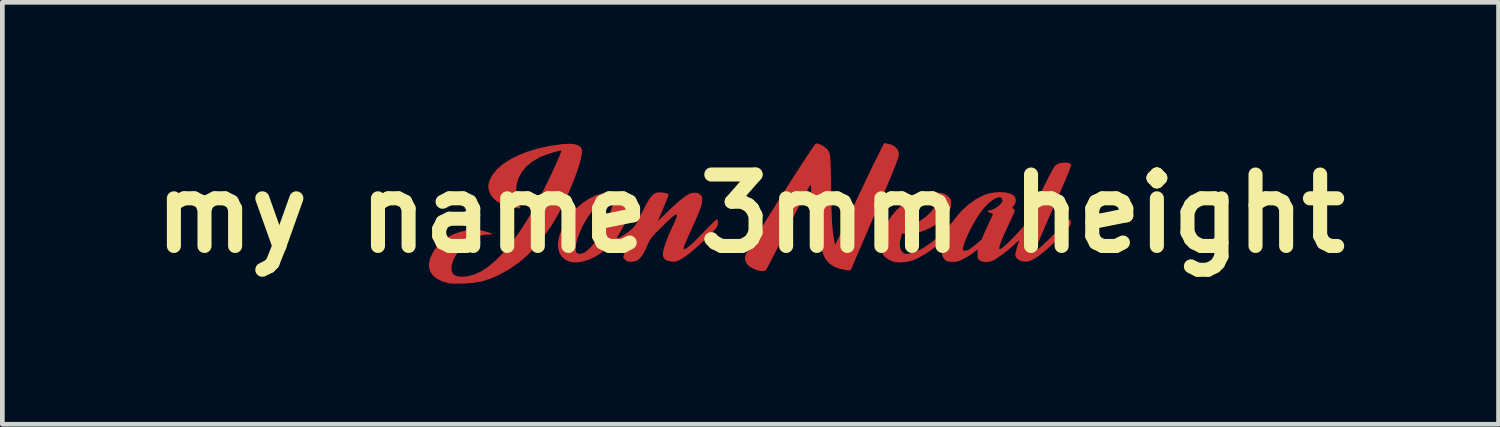
<source format=kicad_pcb>
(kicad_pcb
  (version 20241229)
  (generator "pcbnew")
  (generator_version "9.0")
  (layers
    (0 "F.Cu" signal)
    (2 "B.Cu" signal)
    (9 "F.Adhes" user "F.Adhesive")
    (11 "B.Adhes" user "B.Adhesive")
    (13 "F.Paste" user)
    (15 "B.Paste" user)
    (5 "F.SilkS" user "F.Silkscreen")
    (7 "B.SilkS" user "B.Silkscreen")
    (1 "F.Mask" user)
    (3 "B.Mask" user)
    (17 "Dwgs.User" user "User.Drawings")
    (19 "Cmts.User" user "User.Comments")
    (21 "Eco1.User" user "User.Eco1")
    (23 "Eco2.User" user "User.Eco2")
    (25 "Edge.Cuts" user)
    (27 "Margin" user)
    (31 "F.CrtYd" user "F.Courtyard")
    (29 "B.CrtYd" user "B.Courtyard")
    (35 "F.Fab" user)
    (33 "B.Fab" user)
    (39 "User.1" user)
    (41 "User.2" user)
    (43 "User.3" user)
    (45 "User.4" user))
  (footprint "my name 3mm height"
    (layer "F.Cu")
    (at 12.961 1.508)
    (property "Reference" "my name 3mm height" (at 0 0 0) (layer "F.SilkS") (effects (font (size 1.524 1.524) (thickness 0.3))))
    (attr board_only exclude_from_pos_files exclude_from_bom)
    (fp_poly (pts (xy -3.758 -1.483) (xy -3.676 -1.46) (xy -3.622 -1.421) (xy -3.596 -1.37) (xy -3.593 -1.311) (xy -3.604 -1.227) (xy -3.629 -1.121) (xy -3.666 -0.996) (xy -3.713 -0.858) (xy -3.769 -0.709) (xy -3.833 -0.553) (xy -3.902 -0.394) (xy -3.975 -0.237) (xy -4.052 -0.083) (xy -4.129 0.061) (xy -4.206 0.193) (xy -4.24 0.247) (xy -4.408 0.49) (xy -4.579 0.702) (xy -4.757 0.887) (xy -4.944 1.047) (xy -5.145 1.186) (xy -5.363 1.306) (xy -5.385 1.317) (xy -5.55 1.389) (xy -5.711 1.44) (xy -5.878 1.472) (xy -6.063 1.489) (xy -6.135 1.492) (xy -6.226 1.493) (xy -6.308 1.494) (xy -6.373 1.493) (xy -6.414 1.491) (xy -6.422 1.49) (xy -6.562 1.451) (xy -6.678 1.396) (xy -6.768 1.326) (xy -6.829 1.242) (xy -6.857 1.152) (xy -6.857 1.051) (xy -6.83 0.945) (xy -6.781 0.837) (xy -6.71 0.731) (xy -6.62 0.631) (xy -6.514 0.542) (xy -6.394 0.468) (xy -6.367 0.454) (xy -6.222 0.397) (xy -6.072 0.359) (xy -5.926 0.342) (xy -5.836 0.345) (xy -5.776 0.353) (xy -5.706 0.368) (xy -5.635 0.385) (xy -5.573 0.404) (xy -5.527 0.421) (xy -5.506 0.434) (xy -5.517 0.441) (xy -5.555 0.446) (xy -5.61 0.448) (xy -5.615 0.448) (xy -5.677 0.451) (xy -5.729 0.46) (xy -5.782 0.478) (xy -5.85 0.509) (xy -5.876 0.521) (xy -5.999 0.594) (xy -6.111 0.684) (xy -6.209 0.785) (xy -6.288 0.892) (xy -6.344 1.002) (xy -6.375 1.108) (xy -6.379 1.156) (xy -6.37 1.236) (xy -6.339 1.292) (xy -6.283 1.327) (xy -6.201 1.344) (xy -6.193 1.345) (xy -6.048 1.34) (xy -5.898 1.302) (xy -5.745 1.231) (xy -5.588 1.128) (xy -5.428 0.992) (xy -5.265 0.825) (xy -5.1 0.625) (xy -4.932 0.395) (xy -4.762 0.133) (xy -4.591 -0.16) (xy -4.561 -0.215) (xy -4.518 -0.295) (xy -4.469 -0.391) (xy -4.415 -0.498) (xy -4.359 -0.613) (xy -4.302 -0.732) (xy -4.245 -0.85) (xy -4.192 -0.965) (xy -4.144 -1.071) (xy -4.102 -1.165) (xy -4.068 -1.243) (xy -4.045 -1.301) (xy -4.034 -1.335) (xy -4.034 -1.342) (xy -4.055 -1.343) (xy -4.101 -1.335) (xy -4.165 -1.318) (xy -4.24 -1.296) (xy -4.319 -1.27) (xy -4.396 -1.243) (xy -4.464 -1.217) (xy -4.508 -1.197) (xy -4.659 -1.107) (xy -4.785 -1.001) (xy -4.882 -0.881) (xy -4.952 -0.751) (xy -4.991 -0.612) (xy -5 -0.467) (xy -4.977 -0.319) (xy -4.946 -0.228) (xy -4.925 -0.174) (xy -4.91 -0.133) (xy -4.905 -0.116) (xy -4.92 -0.113) (xy -4.959 -0.115) (xy -5.002 -0.119) (xy -5.164 -0.149) (xy -5.303 -0.198) (xy -5.417 -0.265) (xy -5.504 -0.347) (xy -5.556 -0.429) (xy -5.587 -0.518) (xy -5.593 -0.603) (xy -5.574 -0.69) (xy -5.527 -0.787) (xy -5.493 -0.842) (xy -5.399 -0.955) (xy -5.274 -1.062) (xy -5.123 -1.16) (xy -4.947 -1.248) (xy -4.75 -1.325) (xy -4.534 -1.39) (xy -4.303 -1.441) (xy -4.06 -1.477) (xy -4.009 -1.483) (xy -3.869 -1.491)) (stroke (width 0) (type solid)) (fill yes) (layer "F.Cu"))
    (fp_poly (pts (xy 2.915 -1.496) (xy 3.011 -1.471) (xy 3.088 -1.426) (xy 3.141 -1.366) (xy 3.167 -1.294) (xy 3.169 -1.268) (xy 3.166 -1.243) (xy 3.158 -1.207) (xy 3.142 -1.158) (xy 3.12 -1.094) (xy 3.089 -1.013) (xy 3.048 -0.912) (xy 2.998 -0.79) (xy 2.937 -0.645) (xy 2.864 -0.473) (xy 2.778 -0.274) (xy 2.743 -0.194) (xy 2.628 0.072) (xy 2.525 0.311) (xy 2.435 0.522) (xy 2.356 0.704) (xy 2.29 0.859) (xy 2.236 0.984) (xy 2.195 1.08) (xy 2.168 1.145) (xy 2.153 1.181) (xy 2.152 1.185) (xy 2.141 1.202) (xy 2.12 1.21) (xy 2.079 1.209) (xy 2.044 1.205) (xy 1.896 1.176) (xy 1.773 1.127) (xy 1.674 1.055) (xy 1.6 0.965) (xy 1.563 0.891) (xy 1.523 0.789) (xy 1.484 0.664) (xy 1.445 0.521) (xy 1.409 0.366) (xy 1.376 0.204) (xy 1.347 0.04) (xy 1.323 -0.12) (xy 1.307 -0.271) (xy 1.298 -0.408) (xy 1.296 -0.454) (xy 1.295 -0.532) (xy 1.293 -0.581) (xy 1.29 -0.606) (xy 1.283 -0.61) (xy 1.272 -0.6) (xy 1.264 -0.589) (xy 1.25 -0.567) (xy 1.223 -0.517) (xy 1.184 -0.443) (xy 1.134 -0.348) (xy 1.075 -0.234) (xy 1.007 -0.104) (xy 0.934 0.039) (xy 0.856 0.192) (xy 0.799 0.303) (xy 0.718 0.461) (xy 0.641 0.611) (xy 0.57 0.75) (xy 0.506 0.875) (xy 0.45 0.984) (xy 0.404 1.073) (xy 0.369 1.139) (xy 0.348 1.18) (xy 0.341 1.192) (xy 0.307 1.221) (xy 0.253 1.229) (xy 0.177 1.216) (xy 0.124 1.199) (xy 0.034 1.162) (xy -0.03 1.121) (xy -0.076 1.07) (xy -0.085 1.057) (xy -0.106 1.016) (xy -0.117 0.976) (xy -0.116 0.933) (xy -0.102 0.882) (xy -0.073 0.817) (xy -0.028 0.734) (xy 0.035 0.629) (xy 0.039 0.622) (xy 0.146 0.447) (xy 0.261 0.261) (xy 0.381 0.067) (xy 0.505 -0.131) (xy 0.629 -0.329) (xy 0.753 -0.524) (xy 0.874 -0.714) (xy 0.99 -0.893) (xy 1.097 -1.059) (xy 1.196 -1.209) (xy 1.282 -1.339) (xy 1.354 -1.445) (xy 1.385 -1.49) (xy 1.409 -1.498) (xy 1.452 -1.49) (xy 1.504 -1.469) (xy 1.557 -1.44) (xy 1.594 -1.413) (xy 1.621 -1.389) (xy 1.644 -1.367) (xy 1.662 -1.344) (xy 1.677 -1.317) (xy 1.689 -1.282) (xy 1.698 -1.236) (xy 1.704 -1.177) (xy 1.709 -1.1) (xy 1.713 -1.002) (xy 1.716 -0.881) (xy 1.719 -0.733) (xy 1.721 -0.555) (xy 1.721 -0.539) (xy 1.725 -0.33) (xy 1.729 -0.151) (xy 1.734 0.001) (xy 1.739 0.131) (xy 1.746 0.242) (xy 1.754 0.338) (xy 1.764 0.422) (xy 1.775 0.499) (xy 1.789 0.57) (xy 1.789 0.573) (xy 1.808 0.666) (xy 1.903 0.472) (xy 1.933 0.41) (xy 1.974 0.322) (xy 2.025 0.215) (xy 2.083 0.092) (xy 2.146 -0.041) (xy 2.21 -0.178) (xy 2.257 -0.278) (xy 2.326 -0.425) (xy 2.398 -0.578) (xy 2.471 -0.731) (xy 2.541 -0.877) (xy 2.605 -1.009) (xy 2.66 -1.121) (xy 2.684 -1.169) (xy 2.851 -1.504)) (stroke (width 0) (type solid)) (fill yes) (layer "F.Cu"))
    (fp_poly (pts (xy -2.828 -0.444) (xy -2.735 -0.41) (xy -2.666 -0.354) (xy -2.622 -0.274) (xy -2.6 -0.172) (xy -2.604 -0.05) (xy -2.633 0.085) (xy -2.686 0.227) (xy -2.762 0.37) (xy -2.803 0.434) (xy -2.835 0.486) (xy -2.846 0.515) (xy -2.838 0.522) (xy -2.794 0.511) (xy -2.73 0.477) (xy -2.653 0.425) (xy -2.574 0.363) (xy -2.528 0.324) (xy -2.492 0.288) (xy -2.46 0.248) (xy -2.429 0.199) (xy -2.393 0.133) (xy -2.349 0.046) (xy -2.279 -0.093) (xy -2.22 -0.204) (xy -2.169 -0.291) (xy -2.125 -0.356) (xy -2.084 -0.401) (xy -2.043 -0.431) (xy -2.001 -0.447) (xy -1.953 -0.454) (xy -1.898 -0.452) (xy -1.887 -0.452) (xy -1.829 -0.444) (xy -1.783 -0.433) (xy -1.764 -0.424) (xy -1.756 -0.417) (xy -1.75 -0.411) (xy -1.749 -0.401) (xy -1.752 -0.382) (xy -1.762 -0.353) (xy -1.779 -0.308) (xy -1.805 -0.244) (xy -1.841 -0.158) (xy -1.888 -0.045) (xy -1.902 -0.011) (xy -1.972 0.155) (xy -1.743 -0.065) (xy -1.662 -0.141) (xy -1.579 -0.216) (xy -1.502 -0.283) (xy -1.436 -0.336) (xy -1.398 -0.364) (xy -1.334 -0.406) (xy -1.286 -0.43) (xy -1.243 -0.442) (xy -1.198 -0.445) (xy -1.139 -0.442) (xy -1.097 -0.426) (xy -1.07 -0.405) (xy -1.045 -0.378) (xy -1.032 -0.351) (xy -1.03 -0.313) (xy -1.033 -0.259) (xy -1.035 -0.23) (xy -1.04 -0.201) (xy -1.047 -0.17) (xy -1.058 -0.133) (xy -1.075 -0.087) (xy -1.099 -0.027) (xy -1.131 0.048) (xy -1.172 0.143) (xy -1.224 0.261) (xy -1.289 0.405) (xy -1.311 0.455) (xy -1.357 0.559) (xy -1.391 0.636) (xy -1.412 0.691) (xy -1.424 0.726) (xy -1.427 0.747) (xy -1.421 0.756) (xy -1.41 0.758) (xy -1.378 0.747) (xy -1.328 0.712) (xy -1.259 0.654) (xy -1.172 0.571) (xy -1.064 0.462) (xy -0.97 0.365) (xy -0.876 0.268) (xy -0.804 0.196) (xy -0.752 0.148) (xy -0.719 0.124) (xy -0.705 0.122) (xy -0.692 0.167) (xy -0.696 0.225) (xy -0.714 0.281) (xy -0.715 0.283) (xy -0.738 0.316) (xy -0.783 0.367) (xy -0.844 0.43) (xy -0.917 0.503) (xy -0.997 0.58) (xy -1.08 0.658) (xy -1.161 0.731) (xy -1.235 0.795) (xy -1.298 0.846) (xy -1.314 0.858) (xy -1.405 0.924) (xy -1.477 0.971) (xy -1.535 1.002) (xy -1.585 1.019) (xy -1.633 1.026) (xy -1.681 1.024) (xy -1.769 1.007) (xy -1.828 0.973) (xy -1.861 0.92) (xy -1.868 0.885) (xy -1.864 0.819) (xy -1.843 0.728) (xy -1.807 0.616) (xy -1.758 0.488) (xy -1.696 0.348) (xy -1.676 0.305) (xy -1.625 0.196) (xy -1.589 0.112) (xy -1.571 0.055) (xy -1.57 0.024) (xy -1.588 0.018) (xy -1.625 0.039) (xy -1.682 0.084) (xy -1.76 0.155) (xy -1.859 0.252) (xy -1.877 0.27) (xy -1.962 0.354) (xy -2.027 0.42) (xy -2.075 0.472) (xy -2.111 0.515) (xy -2.138 0.554) (xy -2.16 0.593) (xy -2.181 0.638) (xy -2.197 0.673) (xy -2.252 0.795) (xy -2.304 0.886) (xy -2.356 0.952) (xy -2.41 0.996) (xy -2.471 1.02) (xy -2.542 1.028) (xy -2.553 1.028) (xy -2.612 1.023) (xy -2.653 1.003) (xy -2.672 0.987) (xy -2.7 0.954) (xy -2.713 0.929) (xy -2.714 0.928) (xy -2.708 0.905) (xy -2.693 0.859) (xy -2.671 0.795) (xy -2.65 0.737) (xy -2.586 0.563) (xy -2.713 0.628) (xy -2.792 0.664) (xy -2.87 0.691) (xy -2.933 0.706) (xy -2.988 0.717) (xy -3.038 0.737) (xy -3.094 0.772) (xy -3.141 0.807) (xy -3.297 0.912) (xy -3.449 0.984) (xy -3.571 1.021) (xy -3.672 1.038) (xy -3.754 1.042) (xy -3.829 1.032) (xy -3.875 1.02) (xy -3.964 0.975) (xy -4.035 0.906) (xy -4.083 0.817) (xy -4.092 0.774) (xy -3.728 0.774) (xy -3.715 0.824) (xy -3.709 0.833) (xy -3.669 0.856) (xy -3.614 0.857) (xy -3.551 0.835) (xy -3.511 0.811) (xy -3.468 0.775) (xy -3.421 0.729) (xy -3.377 0.68) (xy -3.341 0.636) (xy -3.322 0.603) (xy -3.32 0.596) (xy -3.327 0.572) (xy -3.345 0.532) (xy -3.354 0.514) (xy -3.384 0.427) (xy -3.382 0.347) (xy -3.35 0.277) (xy -3.289 0.221) (xy -3.269 0.21) (xy -3.214 0.191) (xy -3.158 0.186) (xy -3.115 0.197) (xy -3.107 0.204) (xy -3.092 0.199) (xy -3.071 0.168) (xy -3.045 0.117) (xy -3.018 0.051) (xy -2.991 -0.022) (xy -2.967 -0.097) (xy -2.948 -0.168) (xy -2.936 -0.229) (xy -2.933 -0.263) (xy -2.941 -0.321) (xy -2.967 -0.35) (xy -2.989 -0.354) (xy -3.056 -0.338) (xy -3.132 -0.295) (xy -3.215 -0.228) (xy -3.302 -0.141) (xy -3.389 -0.036) (xy -3.473 0.082) (xy -3.55 0.21) (xy -3.588 0.282) (xy -3.639 0.394) (xy -3.68 0.505) (xy -3.709 0.609) (xy -3.725 0.7) (xy -3.728 0.774) (xy -4.092 0.774) (xy -4.106 0.712) (xy -4.104 0.609) (xy -4.071 0.46) (xy -4.011 0.306) (xy -3.927 0.153) (xy -3.824 0.008) (xy -3.706 -0.122) (xy -3.596 -0.216) (xy -3.443 -0.319) (xy -3.295 -0.391) (xy -3.145 -0.436) (xy -2.989 -0.454) (xy -2.946 -0.455)) (stroke (width 0) (type solid)) (fill yes) (layer "F.Cu"))
    (fp_poly (pts (xy 6.74 -1.088) (xy 6.799 -1.077) (xy 6.839 -1.058) (xy 6.842 -1.054) (xy 6.844 -1.042) (xy 6.838 -1.017) (xy 6.825 -0.976) (xy 6.803 -0.918) (xy 6.772 -0.84) (xy 6.73 -0.741) (xy 6.678 -0.618) (xy 6.613 -0.47) (xy 6.536 -0.294) (xy 6.481 -0.17) (xy 6.411 -0.01) (xy 6.344 0.143) (xy 6.283 0.283) (xy 6.229 0.41) (xy 6.183 0.519) (xy 6.146 0.608) (xy 6.119 0.674) (xy 6.104 0.714) (xy 6.101 0.724) (xy 6.113 0.753) (xy 6.131 0.758) (xy 6.15 0.747) (xy 6.189 0.714) (xy 6.245 0.664) (xy 6.314 0.598) (xy 6.394 0.521) (xy 6.48 0.435) (xy 6.485 0.43) (xy 6.581 0.333) (xy 6.656 0.257) (xy 6.714 0.201) (xy 6.755 0.163) (xy 6.784 0.139) (xy 6.803 0.128) (xy 6.815 0.127) (xy 6.822 0.134) (xy 6.826 0.142) (xy 6.835 0.176) (xy 6.834 0.21) (xy 6.821 0.248) (xy 6.794 0.292) (xy 6.75 0.347) (xy 6.686 0.416) (xy 6.602 0.501) (xy 6.543 0.559) (xy 6.399 0.695) (xy 6.273 0.806) (xy 6.164 0.893) (xy 6.07 0.957) (xy 5.989 0.999) (xy 5.918 1.021) (xy 5.894 1.024) (xy 5.798 1.02) (xy 5.723 0.989) (xy 5.67 0.935) (xy 5.656 0.91) (xy 5.651 0.884) (xy 5.655 0.848) (xy 5.668 0.79) (xy 5.67 0.781) (xy 5.689 0.714) (xy 5.708 0.65) (xy 5.723 0.612) (xy 5.732 0.586) (xy 5.732 0.576) (xy 5.718 0.583) (xy 5.687 0.609) (xy 5.635 0.657) (xy 5.633 0.659) (xy 5.552 0.73) (xy 5.463 0.804) (xy 5.371 0.874) (xy 5.286 0.935) (xy 5.214 0.981) (xy 5.184 0.998) (xy 5.106 1.026) (xy 5.024 1.035) (xy 4.948 1.026) (xy 4.893 1) (xy 4.866 0.977) (xy 4.852 0.95) (xy 4.847 0.91) (xy 4.847 0.864) (xy 4.849 0.763) (xy 4.755 0.836) (xy 4.688 0.883) (xy 4.61 0.932) (xy 4.545 0.968) (xy 4.478 1.001) (xy 4.425 1.019) (xy 4.369 1.027) (xy 4.312 1.028) (xy 4.248 1.027) (xy 4.206 1.021) (xy 4.177 1.007) (xy 4.148 0.982) (xy 4.146 0.98) (xy 4.104 0.921) (xy 4.085 0.848) (xy 4.087 0.771) (xy 4.534 0.771) (xy 4.548 0.788) (xy 4.581 0.791) (xy 4.625 0.782) (xy 4.665 0.764) (xy 4.71 0.734) (xy 4.763 0.694) (xy 4.819 0.65) (xy 4.87 0.606) (xy 4.911 0.57) (xy 4.935 0.545) (xy 4.938 0.539) (xy 4.945 0.519) (xy 4.964 0.474) (xy 4.992 0.409) (xy 5.028 0.33) (xy 5.056 0.268) (xy 5.096 0.184) (xy 5.129 0.11) (xy 5.155 0.053) (xy 5.171 0.018) (xy 5.174 0.008) (xy 5.16 -0.000073) (xy 5.125 -0.014) (xy 5.115 -0.017) (xy 5.074 -0.035) (xy 5.057 -0.053) (xy 5.068 -0.065) (xy 5.091 -0.067) (xy 5.147 -0.078) (xy 5.21 -0.107) (xy 5.273 -0.147) (xy 5.326 -0.194) (xy 5.364 -0.241) (xy 5.377 -0.279) (xy 5.366 -0.326) (xy 5.336 -0.348) (xy 5.29 -0.348) (xy 5.231 -0.326) (xy 5.163 -0.285) (xy 5.088 -0.226) (xy 5.01 -0.149) (xy 4.974 -0.108) (xy 4.906 -0.021) (xy 4.837 0.082) (xy 4.768 0.197) (xy 4.703 0.316) (xy 4.645 0.435) (xy 4.596 0.547) (xy 4.56 0.648) (xy 4.538 0.73) (xy 4.534 0.771) (xy 4.087 0.771) (xy 4.087 0.757) (xy 4.099 0.689) (xy 4.11 0.632) (xy 4.117 0.59) (xy 4.118 0.573) (xy 4.118 0.573) (xy 4.104 0.583) (xy 4.069 0.61) (xy 4.021 0.65) (xy 3.984 0.681) (xy 3.855 0.779) (xy 3.715 0.871) (xy 3.575 0.948) (xy 3.485 0.989) (xy 3.389 1.019) (xy 3.282 1.036) (xy 3.174 1.041) (xy 3.079 1.032) (xy 3.039 1.022) (xy 2.931 0.974) (xy 2.852 0.908) (xy 2.799 0.824) (xy 2.772 0.718) (xy 2.769 0.694) (xy 2.773 0.576) (xy 2.802 0.445) (xy 2.855 0.309) (xy 2.855 0.309) (xy 3.287 0.309) (xy 3.301 0.309) (xy 3.339 0.296) (xy 3.398 0.271) (xy 3.47 0.237) (xy 3.497 0.223) (xy 3.63 0.148) (xy 3.744 0.065) (xy 3.837 -0.021) (xy 3.907 -0.109) (xy 3.949 -0.194) (xy 3.961 -0.265) (xy 3.959 -0.31) (xy 3.95 -0.331) (xy 3.926 -0.337) (xy 3.91 -0.337) (xy 3.838 -0.322) (xy 3.757 -0.28) (xy 3.67 -0.213) (xy 3.579 -0.125) (xy 3.489 -0.019) (xy 3.403 0.101) (xy 3.34 0.204) (xy 3.313 0.254) (xy 3.293 0.292) (xy 3.287 0.309) (xy 2.855 0.309) (xy 2.928 0.172) (xy 3.018 0.041) (xy 3.122 -0.08) (xy 3.154 -0.11) (xy 3.316 -0.244) (xy 3.481 -0.345) (xy 3.651 -0.413) (xy 3.824 -0.447) (xy 3.868 -0.451) (xy 3.988 -0.452) (xy 4.082 -0.44) (xy 4.156 -0.414) (xy 4.216 -0.372) (xy 4.225 -0.363) (xy 4.259 -0.324) (xy 4.276 -0.288) (xy 4.281 -0.238) (xy 4.281 -0.218) (xy 4.272 -0.134) (xy 4.244 -0.057) (xy 4.193 0.021) (xy 4.115 0.106) (xy 4.096 0.124) (xy 3.985 0.214) (xy 3.857 0.293) (xy 3.721 0.357) (xy 3.584 0.404) (xy 3.452 0.431) (xy 3.333 0.434) (xy 3.327 0.433) (xy 3.236 0.424) (xy 3.209 0.518) (xy 3.189 0.62) (xy 3.191 0.71) (xy 3.214 0.782) (xy 3.246 0.823) (xy 3.279 0.847) (xy 3.314 0.857) (xy 3.364 0.856) (xy 3.382 0.854) (xy 3.48 0.832) (xy 3.592 0.784) (xy 3.714 0.715) (xy 3.842 0.628) (xy 3.971 0.526) (xy 4.096 0.412) (xy 4.214 0.29) (xy 4.321 0.163) (xy 4.35 0.123) (xy 4.488 -0.043) (xy 4.641 -0.187) (xy 4.805 -0.305) (xy 4.976 -0.393) (xy 4.988 -0.398) (xy 5.092 -0.432) (xy 5.203 -0.452) (xy 5.314 -0.46) (xy 5.418 -0.455) (xy 5.51 -0.438) (xy 5.585 -0.41) (xy 5.635 -0.371) (xy 5.646 -0.355) (xy 5.663 -0.29) (xy 5.651 -0.222) (xy 5.621 -0.172) (xy 5.595 -0.139) (xy 5.589 -0.121) (xy 5.603 -0.106) (xy 5.614 -0.099) (xy 5.634 -0.082) (xy 5.64 -0.064) (xy 5.63 -0.031) (xy 5.621 -0.008) (xy 5.604 0.031) (xy 5.576 0.093) (xy 5.54 0.171) (xy 5.5 0.256) (xy 5.485 0.287) (xy 5.429 0.408) (xy 5.382 0.516) (xy 5.346 0.608) (xy 5.32 0.681) (xy 5.308 0.731) (xy 5.309 0.755) (xy 5.311 0.756) (xy 5.339 0.751) (xy 5.386 0.72) (xy 5.451 0.665) (xy 5.535 0.584) (xy 5.639 0.477) (xy 5.673 0.441) (xy 5.751 0.357) (xy 5.81 0.291) (xy 5.854 0.237) (xy 5.888 0.19) (xy 5.916 0.143) (xy 5.942 0.09) (xy 5.965 0.041) (xy 6.009 -0.057) (xy 6.06 -0.167) (xy 6.117 -0.284) (xy 6.176 -0.406) (xy 6.235 -0.527) (xy 6.294 -0.644) (xy 6.349 -0.752) (xy 6.398 -0.847) (xy 6.44 -0.925) (xy 6.472 -0.981) (xy 6.492 -1.012) (xy 6.494 -1.014) (xy 6.538 -1.048) (xy 6.594 -1.075) (xy 6.608 -1.079) (xy 6.673 -1.089)) (stroke (width 0) (type solid)) (fill yes) (layer "F.Cu"))
    (fp_poly (pts (xy -3.762 -1.487) (xy -3.68 -1.464) (xy -3.626 -1.424) (xy -3.6 -1.374) (xy -3.597 -1.315) (xy -3.608 -1.231) (xy -3.633 -1.125) (xy -3.67 -1) (xy -3.717 -0.862) (xy -3.773 -0.713) (xy -3.837 -0.557) (xy -3.906 -0.398) (xy -3.979 -0.24) (xy -4.056 -0.087) (xy -4.133 0.057) (xy -4.21 0.19) (xy -4.244 0.243) (xy -4.412 0.486) (xy -4.583 0.698) (xy -4.761 0.883) (xy -4.948 1.043) (xy -5.149 1.182) (xy -5.367 1.303) (xy -5.389 1.314) (xy -5.554 1.385) (xy -5.715 1.436) (xy -5.882 1.468) (xy -6.067 1.485) (xy -6.139 1.488) (xy -6.23 1.49) (xy -6.312 1.49) (xy -6.377 1.489) (xy -6.418 1.487) (xy -6.426 1.486) (xy -6.566 1.447) (xy -6.682 1.392) (xy -6.772 1.322) (xy -6.833 1.238) (xy -6.861 1.148) (xy -6.861 1.047) (xy -6.834 0.941) (xy -6.785 0.833) (xy -6.714 0.727) (xy -6.624 0.627) (xy -6.518 0.539) (xy -6.398 0.464) (xy -6.371 0.45) (xy -6.226 0.393) (xy -6.076 0.355) (xy -5.93 0.338) (xy -5.84 0.341) (xy -5.779 0.35) (xy -5.71 0.364) (xy -5.639 0.381) (xy -5.577 0.4) (xy -5.531 0.417) (xy -5.51 0.431) (xy -5.521 0.437) (xy -5.559 0.442) (xy -5.614 0.444) (xy -5.619 0.445) (xy -5.681 0.447) (xy -5.732 0.456) (xy -5.786 0.474) (xy -5.854 0.505) (xy -5.88 0.518) (xy -6.003 0.59) (xy -6.115 0.68) (xy -6.213 0.781) (xy -6.292 0.889) (xy -6.348 0.998) (xy -6.379 1.104) (xy -6.383 1.152) (xy -6.374 1.232) (xy -6.343 1.288) (xy -6.287 1.323) (xy -6.205 1.34) (xy -6.197 1.341) (xy -6.052 1.336) (xy -5.902 1.298) (xy -5.749 1.228) (xy -5.592 1.124) (xy -5.432 0.989) (xy -5.269 0.821) (xy -5.104 0.622) (xy -4.936 0.391) (xy -4.766 0.129) (xy -4.595 -0.164) (xy -4.564 -0.219) (xy -4.522 -0.299) (xy -4.473 -0.395) (xy -4.419 -0.502) (xy -4.363 -0.617) (xy -4.306 -0.736) (xy -4.249 -0.854) (xy -4.196 -0.968) (xy -4.148 -1.075) (xy -4.106 -1.169) (xy -4.072 -1.247) (xy -4.049 -1.305) (xy -4.038 -1.339) (xy -4.038 -1.346) (xy -4.059 -1.347) (xy -4.105 -1.339) (xy -4.169 -1.322) (xy -4.244 -1.3) (xy -4.323 -1.274) (xy -4.4 -1.247) (xy -4.468 -1.221) (xy -4.512 -1.201) (xy -4.663 -1.111) (xy -4.788 -1.005) (xy -4.886 -0.885) (xy -4.955 -0.755) (xy -4.995 -0.616) (xy -5.004 -0.471) (xy -4.981 -0.323) (xy -4.95 -0.232) (xy -4.929 -0.178) (xy -4.914 -0.137) (xy -4.909 -0.119) (xy -4.924 -0.117) (xy -4.963 -0.119) (xy -5.006 -0.123) (xy -5.168 -0.153) (xy -5.307 -0.202) (xy -5.421 -0.268) (xy -5.508 -0.351) (xy -5.56 -0.433) (xy -5.591 -0.522) (xy -5.597 -0.607) (xy -5.578 -0.694) (xy -5.531 -0.79) (xy -5.497 -0.846) (xy -5.403 -0.959) (xy -5.278 -1.066) (xy -5.127 -1.164) (xy -4.951 -1.252) (xy -4.754 -1.329) (xy -4.538 -1.394) (xy -4.307 -1.445) (xy -4.064 -1.481) (xy -4.013 -1.487) (xy -3.873 -1.495)) (stroke (width 0) (type solid)) (fill yes) (layer "F.Mask"))
    (fp_poly (pts (xy 2.911 -1.5) (xy 3.007 -1.475) (xy 3.084 -1.43) (xy 3.137 -1.37) (xy 3.163 -1.298) (xy 3.165 -1.272) (xy 3.162 -1.247) (xy 3.154 -1.211) (xy 3.138 -1.162) (xy 3.116 -1.098) (xy 3.085 -1.017) (xy 3.044 -0.916) (xy 2.994 -0.794) (xy 2.933 -0.649) (xy 2.86 -0.477) (xy 2.774 -0.278) (xy 2.739 -0.198) (xy 2.624 0.068) (xy 2.521 0.307) (xy 2.431 0.518) (xy 2.352 0.7) (xy 2.286 0.855) (xy 2.232 0.98) (xy 2.191 1.076) (xy 2.164 1.141) (xy 2.149 1.177) (xy 2.148 1.181) (xy 2.137 1.198) (xy 2.116 1.206) (xy 2.075 1.205) (xy 2.04 1.201) (xy 1.892 1.173) (xy 1.769 1.123) (xy 1.67 1.051) (xy 1.596 0.961) (xy 1.559 0.887) (xy 1.519 0.785) (xy 1.48 0.66) (xy 1.442 0.517) (xy 1.405 0.362) (xy 1.372 0.2) (xy 1.343 0.036) (xy 1.319 -0.124) (xy 1.303 -0.275) (xy 1.294 -0.412) (xy 1.292 -0.458) (xy 1.291 -0.536) (xy 1.289 -0.585) (xy 1.286 -0.61) (xy 1.279 -0.614) (xy 1.268 -0.604) (xy 1.26 -0.593) (xy 1.246 -0.571) (xy 1.219 -0.521) (xy 1.18 -0.447) (xy 1.13 -0.352) (xy 1.071 -0.238) (xy 1.004 -0.108) (xy 0.93 0.035) (xy 0.852 0.188) (xy 0.795 0.299) (xy 0.714 0.457) (xy 0.637 0.608) (xy 0.566 0.746) (xy 0.502 0.872) (xy 0.446 0.98) (xy 0.4 1.069) (xy 0.365 1.135) (xy 0.344 1.176) (xy 0.337 1.189) (xy 0.303 1.217) (xy 0.249 1.225) (xy 0.173 1.212) (xy 0.12 1.196) (xy 0.03 1.158) (xy -0.034 1.117) (xy -0.08 1.066) (xy -0.089 1.053) (xy -0.11 1.012) (xy -0.121 0.972) (xy -0.12 0.929) (xy -0.106 0.878) (xy -0.077 0.813) (xy -0.032 0.73) (xy 0.031 0.625) (xy 0.035 0.618) (xy 0.142 0.443) (xy 0.257 0.257) (xy 0.377 0.063) (xy 0.501 -0.134) (xy 0.625 -0.333) (xy 0.749 -0.528) (xy 0.87 -0.717) (xy 0.986 -0.897) (xy 1.094 -1.063) (xy 1.192 -1.213) (xy 1.278 -1.343) (xy 1.35 -1.449) (xy 1.381 -1.494) (xy 1.405 -1.502) (xy 1.448 -1.493) (xy 1.5 -1.473) (xy 1.553 -1.444) (xy 1.59 -1.416) (xy 1.617 -1.393) (xy 1.64 -1.371) (xy 1.658 -1.348) (xy 1.673 -1.321) (xy 1.685 -1.286) (xy 1.694 -1.24) (xy 1.7 -1.181) (xy 1.705 -1.104) (xy 1.709 -1.006) (xy 1.712 -0.885) (xy 1.715 -0.737) (xy 1.717 -0.559) (xy 1.717 -0.543) (xy 1.721 -0.334) (xy 1.725 -0.155) (xy 1.73 -0.003) (xy 1.735 0.127) (xy 1.742 0.239) (xy 1.75 0.334) (xy 1.76 0.418) (xy 1.771 0.495) (xy 1.785 0.567) (xy 1.785 0.569) (xy 1.804 0.662) (xy 1.899 0.468) (xy 1.929 0.406) (xy 1.97 0.318) (xy 2.021 0.211) (xy 2.079 0.088) (xy 2.142 -0.045) (xy 2.206 -0.182) (xy 2.253 -0.282) (xy 2.322 -0.429) (xy 2.394 -0.582) (xy 2.467 -0.734) (xy 2.537 -0.881) (xy 2.601 -1.013) (xy 2.656 -1.125) (xy 2.68 -1.173) (xy 2.847 -1.508)) (stroke (width 0) (type solid)) (fill yes) (layer "F.Mask"))
    (fp_poly (pts (xy -2.832 -0.448) (xy -2.739 -0.414) (xy -2.67 -0.358) (xy -2.626 -0.277) (xy -2.604 -0.175) (xy -2.608 -0.053) (xy -2.637 0.081) (xy -2.69 0.223) (xy -2.766 0.366) (xy -2.807 0.43) (xy -2.839 0.482) (xy -2.85 0.511) (xy -2.842 0.519) (xy -2.798 0.507) (xy -2.734 0.473) (xy -2.657 0.421) (xy -2.578 0.359) (xy -2.532 0.32) (xy -2.496 0.284) (xy -2.464 0.244) (xy -2.433 0.195) (xy -2.397 0.129) (xy -2.353 0.042) (xy -2.283 -0.097) (xy -2.224 -0.208) (xy -2.173 -0.295) (xy -2.129 -0.359) (xy -2.088 -0.405) (xy -2.047 -0.435) (xy -2.005 -0.451) (xy -1.957 -0.457) (xy -1.902 -0.456) (xy -1.891 -0.456) (xy -1.833 -0.448) (xy -1.787 -0.437) (xy -1.768 -0.428) (xy -1.76 -0.421) (xy -1.754 -0.415) (xy -1.753 -0.404) (xy -1.756 -0.386) (xy -1.766 -0.357) (xy -1.783 -0.312) (xy -1.809 -0.248) (xy -1.845 -0.162) (xy -1.892 -0.049) (xy -1.906 -0.015) (xy -1.975 0.151) (xy -1.747 -0.069) (xy -1.666 -0.145) (xy -1.583 -0.22) (xy -1.506 -0.287) (xy -1.44 -0.34) (xy -1.402 -0.368) (xy -1.338 -0.41) (xy -1.29 -0.434) (xy -1.247 -0.446) (xy -1.202 -0.449) (xy -1.143 -0.446) (xy -1.101 -0.43) (xy -1.074 -0.408) (xy -1.049 -0.382) (xy -1.036 -0.355) (xy -1.033 -0.317) (xy -1.037 -0.263) (xy -1.039 -0.233) (xy -1.044 -0.205) (xy -1.051 -0.174) (xy -1.062 -0.137) (xy -1.079 -0.091) (xy -1.103 -0.031) (xy -1.135 0.044) (xy -1.176 0.139) (xy -1.228 0.257) (xy -1.292 0.401) (xy -1.315 0.451) (xy -1.361 0.555) (xy -1.395 0.632) (xy -1.416 0.687) (xy -1.428 0.722) (xy -1.43 0.743) (xy -1.425 0.752) (xy -1.414 0.755) (xy -1.382 0.743) (xy -1.332 0.708) (xy -1.263 0.65) (xy -1.175 0.567) (xy -1.068 0.459) (xy -0.974 0.361) (xy -0.88 0.264) (xy -0.808 0.192) (xy -0.755 0.145) (xy -0.723 0.12) (xy -0.709 0.118) (xy -0.696 0.163) (xy -0.7 0.221) (xy -0.718 0.277) (xy -0.719 0.279) (xy -0.742 0.312) (xy -0.787 0.363) (xy -0.848 0.427) (xy -0.921 0.499) (xy -1.001 0.577) (xy -1.084 0.654) (xy -1.165 0.727) (xy -1.239 0.791) (xy -1.302 0.842) (xy -1.318 0.854) (xy -1.409 0.92) (xy -1.481 0.967) (xy -1.539 0.998) (xy -1.589 1.016) (xy -1.637 1.022) (xy -1.685 1.02) (xy -1.773 1.003) (xy -1.832 0.969) (xy -1.865 0.916) (xy -1.872 0.881) (xy -1.868 0.815) (xy -1.847 0.724) (xy -1.811 0.613) (xy -1.762 0.484) (xy -1.7 0.344) (xy -1.68 0.301) (xy -1.628 0.192) (xy -1.593 0.108) (xy -1.575 0.051) (xy -1.574 0.02) (xy -1.592 0.014) (xy -1.629 0.035) (xy -1.686 0.08) (xy -1.764 0.151) (xy -1.863 0.248) (xy -1.881 0.266) (xy -1.966 0.35) (xy -2.031 0.416) (xy -2.079 0.468) (xy -2.115 0.511) (xy -2.142 0.55) (xy -2.164 0.589) (xy -2.185 0.634) (xy -2.201 0.669) (xy -2.256 0.791) (xy -2.308 0.883) (xy -2.36 0.948) (xy -2.414 0.992) (xy -2.475 1.016) (xy -2.546 1.024) (xy -2.557 1.024) (xy -2.616 1.019) (xy -2.657 0.999) (xy -2.676 0.983) (xy -2.704 0.95) (xy -2.717 0.925) (xy -2.718 0.924) (xy -2.712 0.901) (xy -2.697 0.855) (xy -2.675 0.791) (xy -2.654 0.733) (xy -2.59 0.56) (xy -2.717 0.624) (xy -2.795 0.66) (xy -2.874 0.687) (xy -2.937 0.702) (xy -2.992 0.713) (xy -3.042 0.733) (xy -3.098 0.768) (xy -3.145 0.803) (xy -3.301 0.908) (xy -3.453 0.981) (xy -3.575 1.017) (xy -3.676 1.034) (xy -3.758 1.038) (xy -3.833 1.028) (xy -3.879 1.016) (xy -3.968 0.971) (xy -4.039 0.902) (xy -4.087 0.813) (xy -4.096 0.77) (xy -3.732 0.77) (xy -3.719 0.821) (xy -3.713 0.829) (xy -3.673 0.852) (xy -3.618 0.853) (xy -3.555 0.831) (xy -3.515 0.807) (xy -3.472 0.771) (xy -3.425 0.725) (xy -3.38 0.676) (xy -3.345 0.632) (xy -3.326 0.6) (xy -3.324 0.592) (xy -3.331 0.568) (xy -3.349 0.528) (xy -3.358 0.51) (xy -3.388 0.423) (xy -3.386 0.343) (xy -3.354 0.273) (xy -3.292 0.217) (xy -3.273 0.206) (xy -3.218 0.187) (xy -3.162 0.182) (xy -3.119 0.193) (xy -3.111 0.2) (xy -3.096 0.195) (xy -3.075 0.164) (xy -3.049 0.113) (xy -3.022 0.047) (xy -2.995 -0.026) (xy -2.971 -0.101) (xy -2.952 -0.172) (xy -2.94 -0.233) (xy -2.937 -0.267) (xy -2.945 -0.325) (xy -2.971 -0.353) (xy -2.993 -0.357) (xy -3.06 -0.342) (xy -3.136 -0.299) (xy -3.219 -0.232) (xy -3.306 -0.144) (xy -3.393 -0.04) (xy -3.477 0.078) (xy -3.554 0.206) (xy -3.592 0.278) (xy -3.643 0.391) (xy -3.684 0.501) (xy -3.713 0.605) (xy -3.729 0.696) (xy -3.732 0.77) (xy -4.096 0.77) (xy -4.11 0.708) (xy -4.108 0.606) (xy -4.075 0.456) (xy -4.015 0.302) (xy -3.931 0.149) (xy -3.828 0.004) (xy -3.71 -0.125) (xy -3.6 -0.22) (xy -3.447 -0.323) (xy -3.299 -0.395) (xy -3.149 -0.44) (xy -2.993 -0.458) (xy -2.95 -0.459)) (stroke (width 0) (type solid)) (fill yes) (layer "F.Mask"))
    (fp_poly (pts (xy 6.736 -1.092) (xy 6.795 -1.081) (xy 6.835 -1.062) (xy 6.839 -1.058) (xy 6.84 -1.046) (xy 6.834 -1.021) (xy 6.821 -0.98) (xy 6.799 -0.922) (xy 6.768 -0.844) (xy 6.726 -0.745) (xy 6.674 -0.622) (xy 6.609 -0.474) (xy 6.532 -0.298) (xy 6.478 -0.174) (xy 6.407 -0.014) (xy 6.34 0.139) (xy 6.279 0.28) (xy 6.225 0.406) (xy 6.179 0.515) (xy 6.142 0.604) (xy 6.115 0.67) (xy 6.1 0.71) (xy 6.097 0.72) (xy 6.109 0.749) (xy 6.127 0.755) (xy 6.146 0.743) (xy 6.185 0.71) (xy 6.241 0.66) (xy 6.31 0.594) (xy 6.39 0.517) (xy 6.476 0.431) (xy 6.481 0.426) (xy 6.577 0.329) (xy 6.652 0.253) (xy 6.71 0.197) (xy 6.751 0.159) (xy 6.78 0.135) (xy 6.799 0.124) (xy 6.811 0.123) (xy 6.818 0.13) (xy 6.822 0.138) (xy 6.831 0.172) (xy 6.83 0.206) (xy 6.817 0.244) (xy 6.79 0.289) (xy 6.746 0.343) (xy 6.683 0.412) (xy 6.598 0.497) (xy 6.539 0.555) (xy 6.395 0.692) (xy 6.269 0.803) (xy 6.16 0.889) (xy 6.066 0.953) (xy 5.985 0.995) (xy 5.914 1.017) (xy 5.89 1.02) (xy 5.795 1.016) (xy 5.719 0.985) (xy 5.666 0.931) (xy 5.652 0.906) (xy 5.647 0.88) (xy 5.651 0.844) (xy 5.664 0.786) (xy 5.666 0.777) (xy 5.685 0.71) (xy 5.704 0.647) (xy 5.719 0.608) (xy 5.728 0.582) (xy 5.728 0.572) (xy 5.714 0.579) (xy 5.683 0.605) (xy 5.631 0.653) (xy 5.629 0.655) (xy 5.548 0.726) (xy 5.459 0.8) (xy 5.367 0.87) (xy 5.282 0.931) (xy 5.21 0.977) (xy 5.18 0.994) (xy 5.102 1.022) (xy 5.02 1.031) (xy 4.944 1.022) (xy 4.889 0.996) (xy 4.862 0.973) (xy 4.848 0.946) (xy 4.843 0.906) (xy 4.843 0.86) (xy 4.845 0.759) (xy 4.751 0.832) (xy 4.684 0.879) (xy 4.606 0.928) (xy 4.541 0.964) (xy 4.475 0.997) (xy 4.421 1.015) (xy 4.365 1.023) (xy 4.308 1.024) (xy 4.244 1.023) (xy 4.202 1.017) (xy 4.173 1.003) (xy 4.144 0.978) (xy 4.142 0.976) (xy 4.1 0.917) (xy 4.081 0.845) (xy 4.083 0.767) (xy 4.53 0.767) (xy 4.544 0.784) (xy 4.578 0.787) (xy 4.622 0.778) (xy 4.661 0.76) (xy 4.706 0.73) (xy 4.759 0.69) (xy 4.815 0.646) (xy 4.866 0.603) (xy 4.907 0.566) (xy 4.931 0.541) (xy 4.934 0.535) (xy 4.941 0.515) (xy 4.96 0.47) (xy 4.988 0.405) (xy 5.024 0.326) (xy 5.052 0.265) (xy 5.092 0.18) (xy 5.125 0.106) (xy 5.151 0.049) (xy 5.167 0.014) (xy 5.17 0.004) (xy 5.156 -0.004) (xy 5.121 -0.018) (xy 5.111 -0.021) (xy 5.07 -0.039) (xy 5.053 -0.057) (xy 5.064 -0.069) (xy 5.087 -0.071) (xy 5.143 -0.082) (xy 5.206 -0.111) (xy 5.269 -0.151) (xy 5.322 -0.198) (xy 5.36 -0.244) (xy 5.373 -0.283) (xy 5.362 -0.329) (xy 5.332 -0.352) (xy 5.286 -0.351) (xy 5.227 -0.33) (xy 5.159 -0.289) (xy 5.084 -0.23) (xy 5.006 -0.153) (xy 4.97 -0.112) (xy 4.902 -0.025) (xy 4.833 0.078) (xy 4.764 0.193) (xy 4.699 0.312) (xy 4.641 0.431) (xy 4.592 0.543) (xy 4.556 0.644) (xy 4.534 0.726) (xy 4.53 0.767) (xy 4.083 0.767) (xy 4.083 0.753) (xy 4.095 0.685) (xy 4.106 0.628) (xy 4.113 0.587) (xy 4.114 0.569) (xy 4.114 0.569) (xy 4.1 0.579) (xy 4.065 0.607) (xy 4.017 0.646) (xy 3.98 0.677) (xy 3.851 0.775) (xy 3.711 0.867) (xy 3.571 0.944) (xy 3.481 0.985) (xy 3.385 1.015) (xy 3.278 1.032) (xy 3.17 1.037) (xy 3.075 1.028) (xy 3.035 1.018) (xy 2.927 0.97) (xy 2.848 0.904) (xy 2.795 0.82) (xy 2.768 0.714) (xy 2.765 0.69) (xy 2.769 0.572) (xy 2.798 0.441) (xy 2.851 0.305) (xy 2.851 0.305) (xy 3.283 0.305) (xy 3.297 0.305) (xy 3.335 0.292) (xy 3.394 0.267) (xy 3.466 0.233) (xy 3.493 0.219) (xy 3.626 0.144) (xy 3.74 0.061) (xy 3.833 -0.025) (xy 3.903 -0.113) (xy 3.945 -0.198) (xy 3.957 -0.268) (xy 3.955 -0.314) (xy 3.946 -0.335) (xy 3.922 -0.341) (xy 3.906 -0.341) (xy 3.835 -0.326) (xy 3.753 -0.284) (xy 3.666 -0.217) (xy 3.575 -0.129) (xy 3.485 -0.023) (xy 3.399 0.097) (xy 3.336 0.2) (xy 3.309 0.251) (xy 3.289 0.288) (xy 3.283 0.305) (xy 2.851 0.305) (xy 2.924 0.168) (xy 3.014 0.037) (xy 3.118 -0.084) (xy 3.15 -0.114) (xy 3.312 -0.248) (xy 3.477 -0.349) (xy 3.647 -0.417) (xy 3.82 -0.451) (xy 3.864 -0.455) (xy 3.984 -0.456) (xy 4.078 -0.444) (xy 4.152 -0.418) (xy 4.212 -0.376) (xy 4.221 -0.366) (xy 4.255 -0.328) (xy 4.272 -0.292) (xy 4.277 -0.242) (xy 4.277 -0.222) (xy 4.268 -0.138) (xy 4.24 -0.06) (xy 4.189 0.017) (xy 4.111 0.102) (xy 4.092 0.12) (xy 3.981 0.21) (xy 3.853 0.289) (xy 3.717 0.354) (xy 3.58 0.4) (xy 3.448 0.427) (xy 3.329 0.43) (xy 3.323 0.429) (xy 3.232 0.42) (xy 3.205 0.514) (xy 3.185 0.616) (xy 3.187 0.706) (xy 3.21 0.779) (xy 3.242 0.819) (xy 3.275 0.843) (xy 3.31 0.853) (xy 3.36 0.852) (xy 3.378 0.851) (xy 3.476 0.828) (xy 3.588 0.78) (xy 3.71 0.711) (xy 3.838 0.624) (xy 3.967 0.522) (xy 4.092 0.408) (xy 4.21 0.286) (xy 4.317 0.159) (xy 4.346 0.119) (xy 4.484 -0.047) (xy 4.637 -0.191) (xy 4.801 -0.309) (xy 4.972 -0.397) (xy 4.984 -0.402) (xy 5.089 -0.436) (xy 5.199 -0.456) (xy 5.31 -0.464) (xy 5.414 -0.459) (xy 5.507 -0.442) (xy 5.581 -0.414) (xy 5.631 -0.375) (xy 5.642 -0.359) (xy 5.659 -0.294) (xy 5.647 -0.226) (xy 5.617 -0.176) (xy 5.591 -0.143) (xy 5.585 -0.125) (xy 5.599 -0.11) (xy 5.61 -0.103) (xy 5.63 -0.086) (xy 5.636 -0.067) (xy 5.626 -0.035) (xy 5.617 -0.012) (xy 5.6 0.027) (xy 5.572 0.09) (xy 5.536 0.167) (xy 5.496 0.253) (xy 5.481 0.283) (xy 5.425 0.404) (xy 5.378 0.512) (xy 5.342 0.604) (xy 5.316 0.677) (xy 5.304 0.727) (xy 5.305 0.751) (xy 5.307 0.752) (xy 5.335 0.747) (xy 5.382 0.717) (xy 5.447 0.661) (xy 5.531 0.58) (xy 5.635 0.473) (xy 5.669 0.437) (xy 5.747 0.353) (xy 5.806 0.287) (xy 5.85 0.233) (xy 5.884 0.186) (xy 5.912 0.139) (xy 5.938 0.086) (xy 5.961 0.037) (xy 6.005 -0.061) (xy 6.056 -0.17) (xy 6.113 -0.288) (xy 6.172 -0.41) (xy 6.231 -0.531) (xy 6.29 -0.648) (xy 6.345 -0.756) (xy 6.394 -0.851) (xy 6.436 -0.929) (xy 6.468 -0.985) (xy 6.488 -1.016) (xy 6.49 -1.018) (xy 6.534 -1.052) (xy 6.59 -1.079) (xy 6.604 -1.083) (xy 6.669 -1.093)) (stroke (width 0) (type solid)) (fill yes) (layer "F.Mask")))
  (gr_rect
    (start -3 -3)
    (end 28.923 6.002)
    (stroke (width 0.1) (type default))
    (fill no)
    (layer "Edge.Cuts")))
</source>
